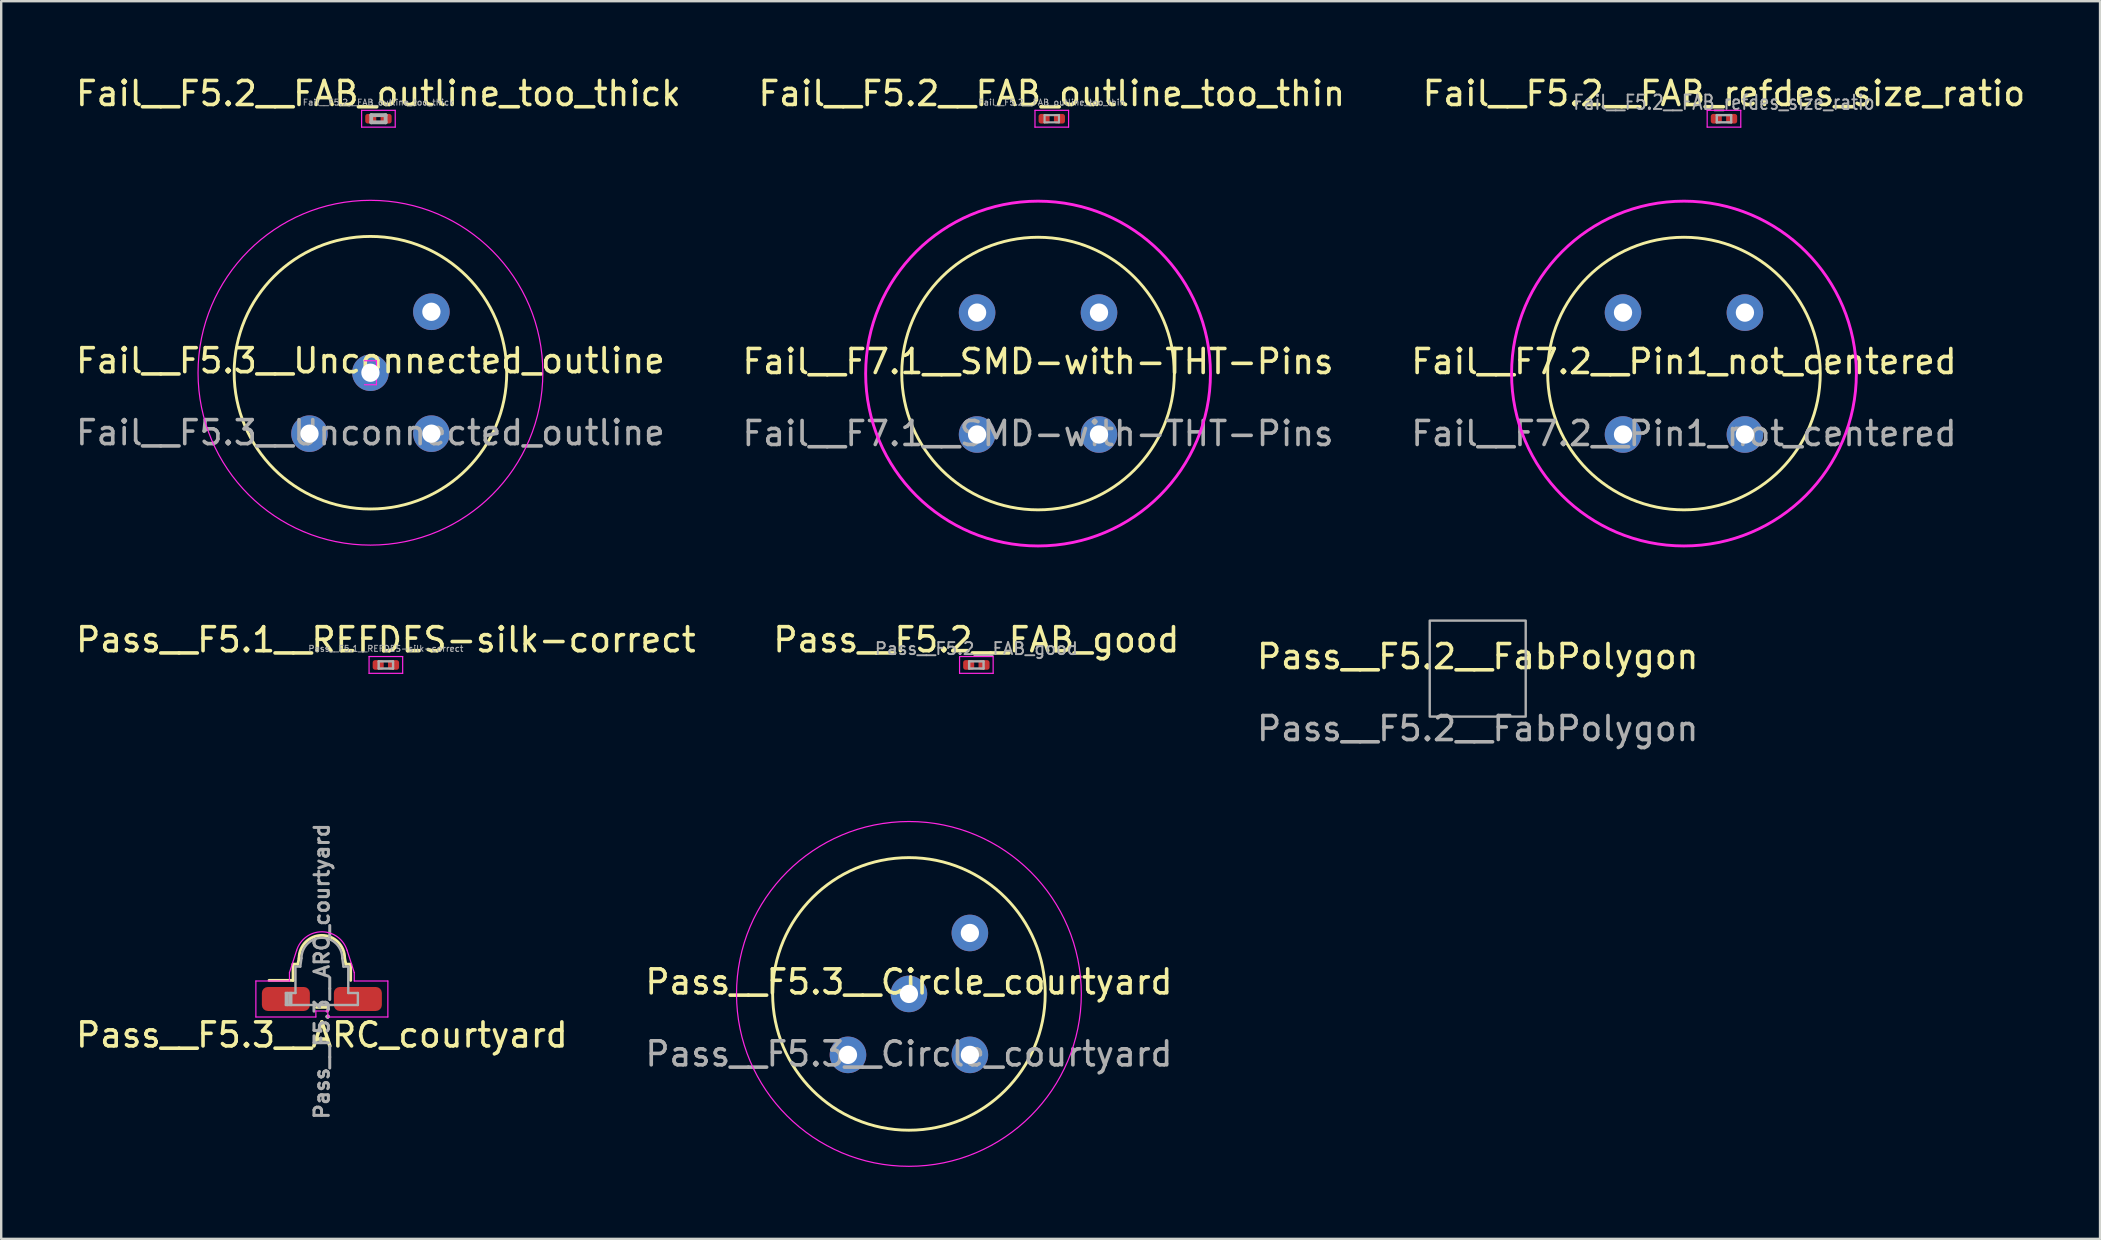
<source format=kicad_pcb>
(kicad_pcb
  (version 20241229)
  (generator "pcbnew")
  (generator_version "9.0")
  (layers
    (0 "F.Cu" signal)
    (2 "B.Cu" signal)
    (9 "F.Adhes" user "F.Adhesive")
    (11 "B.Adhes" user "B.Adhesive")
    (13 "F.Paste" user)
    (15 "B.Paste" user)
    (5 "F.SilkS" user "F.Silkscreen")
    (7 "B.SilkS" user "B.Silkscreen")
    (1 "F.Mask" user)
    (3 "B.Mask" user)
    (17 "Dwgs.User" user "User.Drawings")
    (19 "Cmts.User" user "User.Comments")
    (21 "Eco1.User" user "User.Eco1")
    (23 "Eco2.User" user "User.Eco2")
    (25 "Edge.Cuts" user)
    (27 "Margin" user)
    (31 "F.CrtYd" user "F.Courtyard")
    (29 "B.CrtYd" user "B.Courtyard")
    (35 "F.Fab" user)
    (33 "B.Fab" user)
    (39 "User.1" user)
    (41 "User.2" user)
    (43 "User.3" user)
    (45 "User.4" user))
  (footprint "Fail__F5.3__Unconnected_outline"
    (layer "F.Cu")
    (at 12.387 12.482)
    (property "Reference" "Fail__F5.3__Unconnected_outline" (at 0 -0.5 0) (unlocked yes) (layer "F.SilkS") (effects (font (size 1 1) (thickness 0.15))))
    (attr through_hole)
    (fp_circle (center 0 0) (end 5.08 -2.54) (stroke (width 0.12) (type solid)) (fill no) (layer "F.SilkS"))
    (fp_line (start -0.25 0.5) (end 0.25 0.5) (stroke (width 0.05) (type solid)) (layer "F.CrtYd"))
    (fp_line (start 0.25 -0.5) (end -0.25 -0.5) (stroke (width 0.05) (type solid)) (layer "F.CrtYd"))
    (fp_line (start 0.25 0.5) (end 0.25 -0.5) (stroke (width 0.05) (type solid)) (layer "F.CrtYd"))
    (fp_circle (center 0 0) (end 5.08 -5.08) (stroke (width 0.05) (type solid)) (fill no) (layer "F.CrtYd"))
    (fp_text user "${REFERENCE}" (at 0 2.5 0) (unlocked yes) (layer "F.Fab") (effects (font (size 1 1) (thickness 0.15))))
    (pad "1" thru_hole circle (at 0 0) (size 1.524 1.524) (drill 0.762) (layers "*.Cu" "*.Mask"))
    (pad "2" thru_hole circle (at 2.54 -2.54) (size 1.524 1.524) (drill 0.762) (layers "*.Cu" "*.Mask"))
    (pad "3" thru_hole circle (at 2.54 2.54) (size 1.524 1.524) (drill 0.762) (layers "*.Cu" "*.Mask"))
    (pad "4" thru_hole circle (at -2.54 2.54) (size 1.524 1.524) (drill 0.762) (layers "*.Cu" "*.Mask")))
  (footprint "Fail__F5.2__FAB_outline_too_thick"
    (layer "F.Cu")
    (at 12.72 1.898)
    (property "Reference" "Fail__F5.2__FAB_outline_too_thick" (at 0 -1.05 0) (layer "F.SilkS") (effects (font (size 1 1) (thickness 0.15))))
    (attr smd)
    (fp_line (start -0.7 -0.35) (end 0.7 -0.35) (stroke (width 0.05) (type solid)) (layer "F.CrtYd"))
    (fp_line (start -0.7 0.35) (end -0.7 -0.35) (stroke (width 0.05) (type solid)) (layer "F.CrtYd"))
    (fp_line (start 0.7 -0.35) (end 0.7 0.35) (stroke (width 0.05) (type solid)) (layer "F.CrtYd"))
    (fp_line (start 0.7 0.35) (end -0.7 0.35) (stroke (width 0.05) (type solid)) (layer "F.CrtYd"))
    (fp_line (start -0.3 -0.15) (end 0.3 -0.15) (stroke (width 0.16) (type solid)) (layer "F.Fab"))
    (fp_line (start -0.3 0.15) (end -0.3 -0.15) (stroke (width 0.16) (type solid)) (layer "F.Fab"))
    (fp_line (start 0.3 -0.15) (end 0.3 0.15) (stroke (width 0.16) (type solid)) (layer "F.Fab"))
    (fp_line (start 0.3 0.15) (end -0.3 0.15) (stroke (width 0.16) (type solid)) (layer "F.Fab"))
    (fp_text user "${REFERENCE}" (at 0 -0.68 0) (layer "F.Fab") (effects (font (size 0.25 0.25) (thickness 0.04))))
    (pad "" smd roundrect (at -0.345 0) (size 0.318 0.36) (layers "F.Paste") (roundrect_rratio 0.25))
    (pad "" smd roundrect (at 0.345 0) (size 0.318 0.36) (layers "F.Paste") (roundrect_rratio 0.25))
    (pad "1" smd roundrect (at -0.32 0) (size 0.46 0.4) (layers "F.Cu" "F.Mask") (roundrect_rratio 0.25))
    (pad "2" smd roundrect (at 0.32 0) (size 0.46 0.4) (layers "F.Cu" "F.Mask") (roundrect_rratio 0.25)))
  (footprint "Fail__F7.2__Pin1_not_centered"
    (layer "F.Cu")
    (at 67.125 12.517)
    (property "Reference" "Fail__F7.2__Pin1_not_centered" (at 0 -0.5 0) (unlocked yes) (layer "F.SilkS") (effects (font (size 1 1) (thickness 0.15))))
    (attr through_hole)
    (fp_circle (center 0 0) (end 5.08 -2.54) (stroke (width 0.12) (type solid)) (fill no) (layer "F.SilkS"))
    (fp_circle (center 0 0) (end 5.08 -5.08) (stroke (width 0.12) (type solid)) (fill no) (layer "F.CrtYd"))
    (fp_text user "${REFERENCE}" (at 0 2.5 0) (unlocked yes) (layer "F.Fab") (effects (font (size 1 1) (thickness 0.15))))
    (pad "1" thru_hole circle (at -2.54 -2.54) (size 1.524 1.524) (drill 0.762) (layers "*.Cu" "*.Mask"))
    (pad "2" thru_hole circle (at 2.54 -2.54) (size 1.524 1.524) (drill 0.762) (layers "*.Cu" "*.Mask"))
    (pad "3" thru_hole circle (at 2.54 2.54) (size 1.524 1.524) (drill 0.762) (layers "*.Cu" "*.Mask"))
    (pad "4" thru_hole circle (at -2.54 2.54) (size 1.524 1.524) (drill 0.762) (layers "*.Cu" "*.Mask")))
  (footprint "Pass__F5.3__ARC_courtyard"
    (layer "F.Cu")
    (at 10.363 38.58)
    (property "Reference" "Pass__F5.3__ARC_courtyard" (at 0 1.5 0) (unlocked yes) (layer "F.SilkS") (effects (font (size 1 1) (thickness 0.15))))
    (attr smd)
    (fp_line (start -1.2 -0.775) (end -2.2 -0.775) (stroke (width 0.12) (type solid)) (layer "F.SilkS"))
    (fp_line (start -1.2 -0.775) (end -1.2 -1.45) (stroke (width 0.12) (type solid)) (layer "F.SilkS"))
    (fp_line (start -1 -1.45) (end -1.2 -1.45) (stroke (width 0.12) (type solid)) (layer "F.SilkS"))
    (fp_line (start -1 -1.45) (end -0.95 -1.7) (stroke (width 0.12) (type solid)) (layer "F.SilkS"))
    (fp_line (start -0.225 0.35) (end 0.225 0.35) (stroke (width 0.12) (type solid)) (layer "F.SilkS"))
    (fp_line (start 0.95 -1.7) (end 1 -1.45) (stroke (width 0.12) (type solid)) (layer "F.SilkS"))
    (fp_line (start 1.2 -1.45) (end 1 -1.45) (stroke (width 0.12) (type solid)) (layer "F.SilkS"))
    (fp_line (start 1.2 -0.775) (end 1.2 -1.45) (stroke (width 0.12) (type solid)) (layer "F.SilkS"))
    (fp_arc (start -0.95 -1.7) (mid 0 -2.65) (end 0.95 -1.7) (stroke (width 0.12) (type solid)) (layer "F.SilkS"))
    (fp_line (start -2.75 -0.75) (end -2.75 0.75) (stroke (width 0.05) (type solid)) (layer "F.CrtYd"))
    (fp_line (start -2.75 0.75) (end -0.25 0.75) (stroke (width 0.05) (type solid)) (layer "F.CrtYd"))
    (fp_line (start -1.35 -1.1) (end -1.05 -2.03) (stroke (width 0.05) (type solid)) (layer "F.CrtYd"))
    (fp_line (start -1.35 -0.75) (end -2.75 -0.75) (stroke (width 0.05) (type solid)) (layer "F.CrtYd"))
    (fp_line (start -1.35 -0.75) (end -1.35 -1.1) (stroke (width 0.05) (type solid)) (layer "F.CrtYd"))
    (fp_line (start -0.25 0.5) (end 0.25 0.5) (stroke (width 0.05) (type solid)) (layer "F.CrtYd"))
    (fp_line (start -0.25 0.75) (end -0.25 0.5) (stroke (width 0.05) (type solid)) (layer "F.CrtYd"))
    (fp_line (start 0.25 0.75) (end 0.25 0.5) (stroke (width 0.05) (type solid)) (layer "F.CrtYd"))
    (fp_line (start 1.35 -1.1) (end 1.05 -2.03) (stroke (width 0.05) (type solid)) (layer "F.CrtYd"))
    (fp_line (start 1.35 -0.75) (end 1.35 -1.1) (stroke (width 0.05) (type solid)) (layer "F.CrtYd"))
    (fp_line (start 1.35 -0.75) (end 2.75 -0.75) (stroke (width 0.05) (type solid)) (layer "F.CrtYd"))
    (fp_line (start 2.75 -0.75) (end 2.75 0.75) (stroke (width 0.05) (type solid)) (layer "F.CrtYd"))
    (fp_line (start 2.75 0.75) (end 0.25 0.75) (stroke (width 0.05) (type solid)) (layer "F.CrtYd"))
    (fp_arc (start -1.05 -2.03) (mid 0 -2.8) (end 1.05 -2.03) (stroke (width 0.05) (type solid)) (layer "F.CrtYd"))
    (fp_line (start -1.5 -0.25) (end -1.1 -0.25) (stroke (width 0.1) (type solid)) (layer "F.Fab"))
    (fp_line (start -1.5 0.25) (end -1.5 -0.25) (stroke (width 0.1) (type solid)) (layer "F.Fab"))
    (fp_line (start -1.425 -0.25) (end -1.425 0.25) (stroke (width 0.1) (type solid)) (layer "F.Fab"))
    (fp_line (start -1.325 -0.25) (end -1.325 0.25) (stroke (width 0.1) (type solid)) (layer "F.Fab"))
    (fp_line (start -1.275 -0.25) (end -1.275 0.25) (stroke (width 0.1) (type solid)) (layer "F.Fab"))
    (fp_line (start -1.1 -1.35) (end -0.9 -1.35) (stroke (width 0.1) (type solid)) (layer "F.Fab"))
    (fp_line (start -1.1 -0.25) (end -1.1 -1.35) (stroke (width 0.1) (type solid)) (layer "F.Fab"))
    (fp_line (start -0.9 -1.35) (end -0.85 -1.7) (stroke (width 0.1) (type solid)) (layer "F.Fab"))
    (fp_line (start 0.9 -1.35) (end 0.85 -1.7) (stroke (width 0.1) (type solid)) (layer "F.Fab"))
    (fp_line (start 0.9 -1.35) (end 1.1 -1.35) (stroke (width 0.1) (type solid)) (layer "F.Fab"))
    (fp_line (start 1.1 -1.35) (end 1.1 -0.25) (stroke (width 0.1) (type solid)) (layer "F.Fab"))
    (fp_line (start 1.1 -0.25) (end 1.5 -0.25) (stroke (width 0.1) (type solid)) (layer "F.Fab"))
    (fp_line (start 1.5 -0.25) (end 1.5 0.25) (stroke (width 0.1) (type solid)) (layer "F.Fab"))
    (fp_line (start 1.5 0.25) (end -1.5 0.25) (stroke (width 0.1) (type solid)) (layer "F.Fab"))
    (fp_arc (start -0.85 -1.7) (mid 0 -2.55) (end 0.85 -1.7) (stroke (width 0.1) (type solid)) (layer "F.Fab"))
    (fp_text user "${REFERENCE}" (at 0 -1.15 90) (unlocked yes) (layer "F.Fab") (effects (font (size 0.6 0.6) (thickness 0.125))))
    (pad "1" smd roundrect (at -1.5 0) (size 2 1) (layers "F.Cu" "F.Mask" "F.Paste") (roundrect_rratio 0.25))
    (pad "2" smd roundrect (at 1.5 0) (size 2 1) (layers "F.Cu" "F.Mask" "F.Paste") (roundrect_rratio 0.25)))
  (footprint "Fail__F7.1__SMD-with-THT-Pins"
    (layer "F.Cu")
    (at 40.208 12.517)
    (property "Reference" "Fail__F7.1__SMD-with-THT-Pins" (at 0 -0.5 0) (unlocked yes) (layer "F.SilkS") (effects (font (size 1 1) (thickness 0.15))))
    (attr smd)
    (fp_circle (center 0 0) (end 5.08 -2.54) (stroke (width 0.12) (type solid)) (fill no) (layer "F.SilkS"))
    (fp_circle (center 0 0) (end 5.08 -5.08) (stroke (width 0.12) (type solid)) (fill no) (layer "F.CrtYd"))
    (fp_text user "${REFERENCE}" (at 0 2.5 0) (unlocked yes) (layer "F.Fab") (effects (font (size 1 1) (thickness 0.15))))
    (pad "1" thru_hole circle (at -2.54 -2.54) (size 1.524 1.524) (drill 0.762) (layers "*.Cu" "*.Mask"))
    (pad "2" thru_hole circle (at 2.54 -2.54) (size 1.524 1.524) (drill 0.762) (layers "*.Cu" "*.Mask"))
    (pad "3" thru_hole circle (at 2.54 2.54) (size 1.524 1.524) (drill 0.762) (layers "*.Cu" "*.Mask"))
    (pad "4" thru_hole circle (at -2.54 2.54) (size 1.524 1.524) (drill 0.762) (layers "*.Cu" "*.Mask")))
  (footprint "Pass__F5.2__FAB_good"
    (layer "F.Cu")
    (at 37.637 24.66)
    (property "Reference" "Pass__F5.2__FAB_good" (at 0 -1.05 0) (layer "F.SilkS") (effects (font (size 1 1) (thickness 0.15))))
    (attr smd)
    (fp_line (start -0.7 -0.35) (end 0.7 -0.35) (stroke (width 0.05) (type solid)) (layer "F.CrtYd"))
    (fp_line (start -0.7 0.35) (end -0.7 -0.35) (stroke (width 0.05) (type solid)) (layer "F.CrtYd"))
    (fp_line (start 0.7 -0.35) (end 0.7 0.35) (stroke (width 0.05) (type solid)) (layer "F.CrtYd"))
    (fp_line (start 0.7 0.35) (end -0.7 0.35) (stroke (width 0.05) (type solid)) (layer "F.CrtYd"))
    (fp_line (start -0.3 -0.15) (end 0.3 -0.15) (stroke (width 0.1) (type solid)) (layer "F.Fab"))
    (fp_line (start -0.3 0.15) (end -0.3 -0.15) (stroke (width 0.1) (type solid)) (layer "F.Fab"))
    (fp_line (start 0.3 -0.15) (end 0.3 0.15) (stroke (width 0.1) (type solid)) (layer "F.Fab"))
    (fp_line (start 0.3 0.15) (end -0.3 0.15) (stroke (width 0.1) (type solid)) (layer "F.Fab"))
    (fp_text user "${REFERENCE}" (at 0 -0.68 0) (layer "F.Fab") (effects (font (size 0.5 0.5) (thickness 0.08))))
    (pad "" smd roundrect (at -0.345 0) (size 0.318 0.36) (layers "F.Paste") (roundrect_rratio 0.25))
    (pad "" smd roundrect (at 0.345 0) (size 0.318 0.36) (layers "F.Paste") (roundrect_rratio 0.25))
    (pad "1" smd roundrect (at -0.32 0) (size 0.46 0.4) (layers "F.Cu" "F.Mask") (roundrect_rratio 0.25))
    (pad "2" smd roundrect (at 0.32 0) (size 0.46 0.4) (layers "F.Cu" "F.Mask") (roundrect_rratio 0.25)))
  (footprint "Pass__F5.2__FabPolygon"
    (layer "F.Cu")
    (at 58.53 24.812)
    (property "Reference" "Pass__F5.2__FabPolygon" (at 0 -0.5 0) (unlocked yes) (layer "F.SilkS") (effects (font (size 1 1) (thickness 0.15))))
    (attr smd)
    (fp_poly (pts (xy 2 2) (xy -2 2) (xy -2 -2) (xy 2 -2)) (stroke (width 0.1) (type solid)) (fill no) (layer "F.Fab"))
    (fp_text user "${REFERENCE}" (at 0 2.5 0) (unlocked yes) (layer "F.Fab") (effects (font (size 1 1) (thickness 0.15)))))
  (footprint "Pass__F5.1__REFDES-silk-correct"
    (layer "F.Cu")
    (at 13.03 24.66)
    (property "Reference" "Pass__F5.1__REFDES-silk-correct" (at 0 -1.05 0) (layer "F.SilkS") (effects (font (size 1 1) (thickness 0.15))))
    (attr smd)
    (fp_line (start -0.7 -0.35) (end 0.7 -0.35) (stroke (width 0.05) (type solid)) (layer "F.CrtYd"))
    (fp_line (start -0.7 0.35) (end -0.7 -0.35) (stroke (width 0.05) (type solid)) (layer "F.CrtYd"))
    (fp_line (start 0.7 -0.35) (end 0.7 0.35) (stroke (width 0.05) (type solid)) (layer "F.CrtYd"))
    (fp_line (start 0.7 0.35) (end -0.7 0.35) (stroke (width 0.05) (type solid)) (layer "F.CrtYd"))
    (fp_line (start -0.3 -0.15) (end 0.3 -0.15) (stroke (width 0.1) (type solid)) (layer "F.Fab"))
    (fp_line (start -0.3 0.15) (end -0.3 -0.15) (stroke (width 0.1) (type solid)) (layer "F.Fab"))
    (fp_line (start 0.3 -0.15) (end 0.3 0.15) (stroke (width 0.1) (type solid)) (layer "F.Fab"))
    (fp_line (start 0.3 0.15) (end -0.3 0.15) (stroke (width 0.1) (type solid)) (layer "F.Fab"))
    (fp_text user "${REFERENCE}" (at 0 -0.68 0) (layer "F.Fab") (effects (font (size 0.25 0.25) (thickness 0.04))))
    (pad "" smd roundrect (at -0.345 0) (size 0.318 0.36) (layers "F.Paste") (roundrect_rratio 0.25))
    (pad "" smd roundrect (at 0.345 0) (size 0.318 0.36) (layers "F.Paste") (roundrect_rratio 0.25))
    (pad "1" smd roundrect (at -0.32 0) (size 0.46 0.4) (layers "F.Cu" "F.Mask") (roundrect_rratio 0.25))
    (pad "2" smd roundrect (at 0.32 0) (size 0.46 0.4) (layers "F.Cu" "F.Mask") (roundrect_rratio 0.25)))
  (footprint "Pass__F5.3__Circle_courtyard"
    (layer "F.Cu")
    (at 34.827 38.369)
    (property "Reference" "Pass__F5.3__Circle_courtyard" (at 0 -0.5 0) (unlocked yes) (layer "F.SilkS") (effects (font (size 1 1) (thickness 0.15))))
    (attr through_hole)
    (fp_circle (center 0 0) (end 5.08 -2.54) (stroke (width 0.12) (type solid)) (fill no) (layer "F.SilkS"))
    (fp_circle (center 0 0) (end 5.08 -5.08) (stroke (width 0.05) (type solid)) (fill no) (layer "F.CrtYd"))
    (fp_text user "${REFERENCE}" (at 0 2.5 0) (unlocked yes) (layer "F.Fab") (effects (font (size 1 1) (thickness 0.15))))
    (pad "1" thru_hole circle (at 0 0) (size 1.524 1.524) (drill 0.762) (layers "*.Cu" "*.Mask"))
    (pad "2" thru_hole circle (at 2.54 -2.54) (size 1.524 1.524) (drill 0.762) (layers "*.Cu" "*.Mask"))
    (pad "3" thru_hole circle (at 2.54 2.54) (size 1.524 1.524) (drill 0.762) (layers "*.Cu" "*.Mask"))
    (pad "4" thru_hole circle (at -2.54 2.54) (size 1.524 1.524) (drill 0.762) (layers "*.Cu" "*.Mask")))
  (footprint "Fail__F5.2__FAB_refdes_size_ratio"
    (layer "F.Cu")
    (at 68.792 1.898)
    (property "Reference" "Fail__F5.2__FAB_refdes_size_ratio" (at 0 -1.05 0) (layer "F.SilkS") (effects (font (size 1 1) (thickness 0.15))))
    (attr smd)
    (fp_line (start -0.7 -0.35) (end 0.7 -0.35) (stroke (width 0.05) (type solid)) (layer "F.CrtYd"))
    (fp_line (start -0.7 0.35) (end -0.7 -0.35) (stroke (width 0.05) (type solid)) (layer "F.CrtYd"))
    (fp_line (start 0.7 -0.35) (end 0.7 0.35) (stroke (width 0.05) (type solid)) (layer "F.CrtYd"))
    (fp_line (start 0.7 0.35) (end -0.7 0.35) (stroke (width 0.05) (type solid)) (layer "F.CrtYd"))
    (fp_line (start -0.3 -0.15) (end 0.3 -0.15) (stroke (width 0.1) (type solid)) (layer "F.Fab"))
    (fp_line (start -0.3 0.15) (end -0.3 -0.15) (stroke (width 0.1) (type solid)) (layer "F.Fab"))
    (fp_line (start 0.3 -0.15) (end 0.3 0.15) (stroke (width 0.1) (type solid)) (layer "F.Fab"))
    (fp_line (start 0.3 0.15) (end -0.3 0.15) (stroke (width 0.1) (type solid)) (layer "F.Fab"))
    (fp_text user "${REFERENCE}" (at 0 -0.68 0) (layer "F.Fab") (effects (font (size 0.6 0.5) (thickness 0.08))))
    (pad "" smd roundrect (at -0.345 0) (size 0.318 0.36) (layers "F.Paste") (roundrect_rratio 0.25))
    (pad "" smd roundrect (at 0.345 0) (size 0.318 0.36) (layers "F.Paste") (roundrect_rratio 0.25))
    (pad "1" smd roundrect (at -0.32 0) (size 0.46 0.4) (layers "F.Cu" "F.Mask") (roundrect_rratio 0.25))
    (pad "2" smd roundrect (at 0.32 0) (size 0.46 0.4) (layers "F.Cu" "F.Mask") (roundrect_rratio 0.25)))
  (footprint "Fail__F5.2__FAB_outline_too_thin"
    (layer "F.Cu")
    (at 40.78 1.898)
    (property "Reference" "Fail__F5.2__FAB_outline_too_thin" (at 0 -1.05 0) (layer "F.SilkS") (effects (font (size 1 1) (thickness 0.15))))
    (attr smd)
    (fp_line (start -0.7 -0.35) (end 0.7 -0.35) (stroke (width 0.05) (type solid)) (layer "F.CrtYd"))
    (fp_line (start -0.7 0.35) (end -0.7 -0.35) (stroke (width 0.05) (type solid)) (layer "F.CrtYd"))
    (fp_line (start 0.7 -0.35) (end 0.7 0.35) (stroke (width 0.05) (type solid)) (layer "F.CrtYd"))
    (fp_line (start 0.7 0.35) (end -0.7 0.35) (stroke (width 0.05) (type solid)) (layer "F.CrtYd"))
    (fp_line (start -0.3 -0.15) (end 0.3 -0.15) (stroke (width 0.09) (type solid)) (layer "F.Fab"))
    (fp_line (start -0.3 0.15) (end -0.3 -0.15) (stroke (width 0.09) (type solid)) (layer "F.Fab"))
    (fp_line (start 0.3 -0.15) (end 0.3 0.15) (stroke (width 0.09) (type solid)) (layer "F.Fab"))
    (fp_line (start 0.3 0.15) (end -0.3 0.15) (stroke (width 0.09) (type solid)) (layer "F.Fab"))
    (fp_text user "${REFERENCE}" (at 0 -0.68 0) (layer "F.Fab") (effects (font (size 0.25 0.25) (thickness 0.04))))
    (pad "" smd roundrect (at -0.345 0) (size 0.318 0.36) (layers "F.Paste") (roundrect_rratio 0.25))
    (pad "" smd roundrect (at 0.345 0) (size 0.318 0.36) (layers "F.Paste") (roundrect_rratio 0.25))
    (pad "1" smd roundrect (at -0.32 0) (size 0.46 0.4) (layers "F.Cu" "F.Mask") (roundrect_rratio 0.25))
    (pad "2" smd roundrect (at 0.32 0) (size 0.46 0.4) (layers "F.Cu" "F.Mask") (roundrect_rratio 0.25)))
  (gr_rect
    (start -3 -3)
    (end 84.464 48.578)
    (stroke (width 0.1) (type default))
    (fill no)
    (layer "Edge.Cuts")))
</source>
